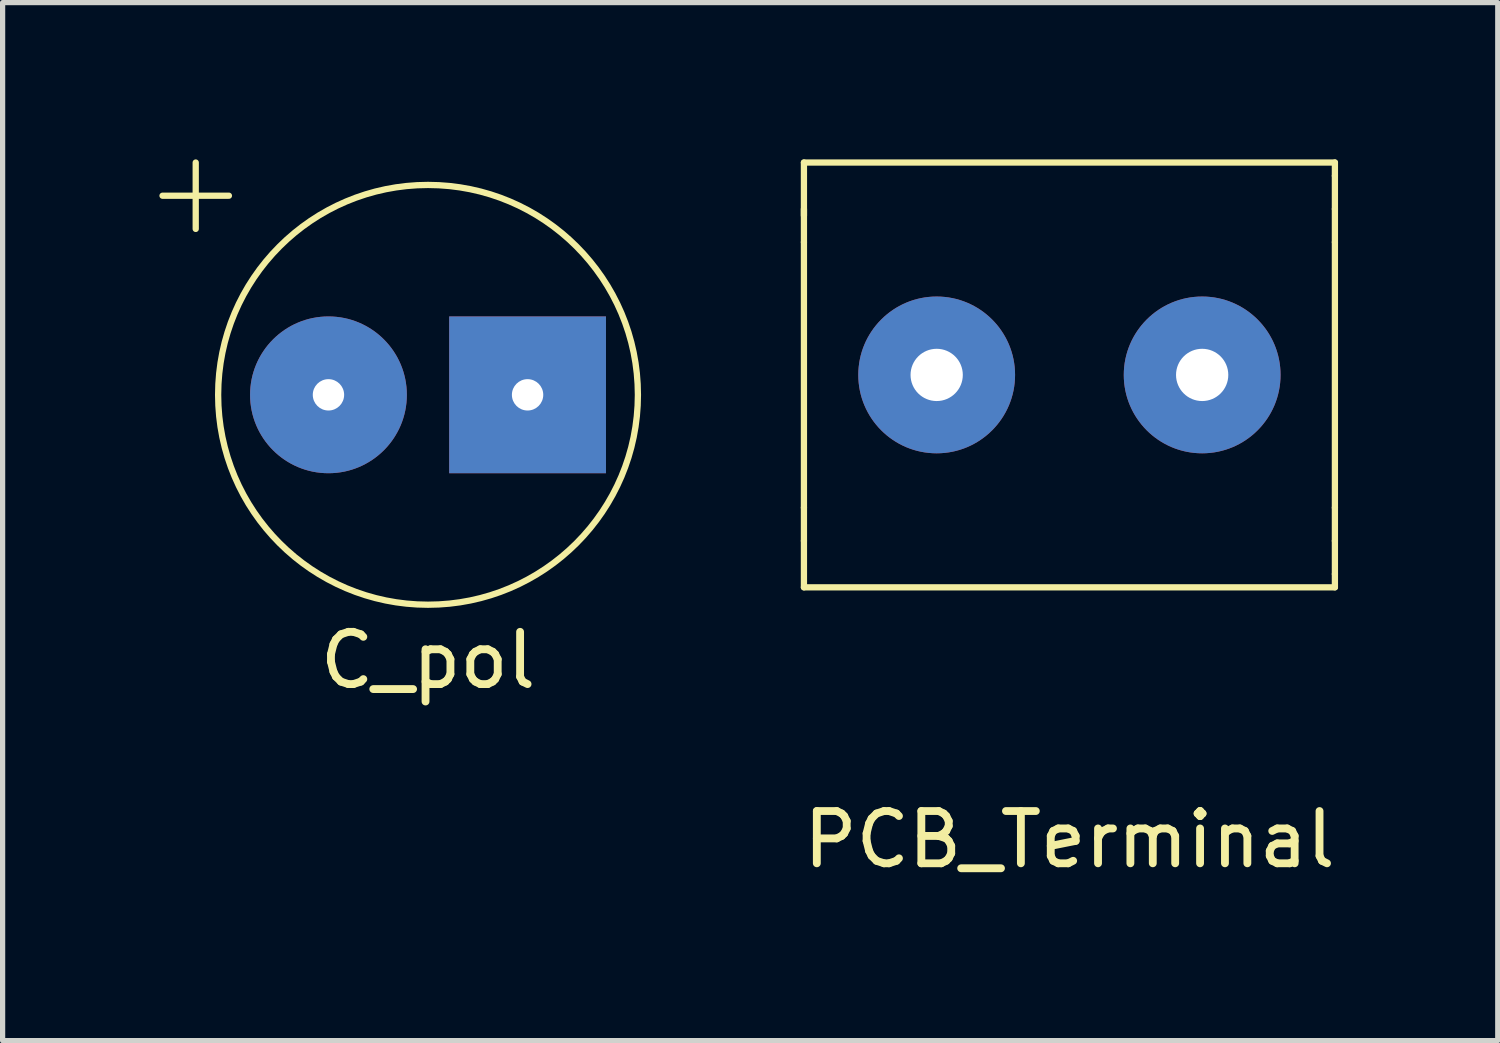
<source format=kicad_pcb>
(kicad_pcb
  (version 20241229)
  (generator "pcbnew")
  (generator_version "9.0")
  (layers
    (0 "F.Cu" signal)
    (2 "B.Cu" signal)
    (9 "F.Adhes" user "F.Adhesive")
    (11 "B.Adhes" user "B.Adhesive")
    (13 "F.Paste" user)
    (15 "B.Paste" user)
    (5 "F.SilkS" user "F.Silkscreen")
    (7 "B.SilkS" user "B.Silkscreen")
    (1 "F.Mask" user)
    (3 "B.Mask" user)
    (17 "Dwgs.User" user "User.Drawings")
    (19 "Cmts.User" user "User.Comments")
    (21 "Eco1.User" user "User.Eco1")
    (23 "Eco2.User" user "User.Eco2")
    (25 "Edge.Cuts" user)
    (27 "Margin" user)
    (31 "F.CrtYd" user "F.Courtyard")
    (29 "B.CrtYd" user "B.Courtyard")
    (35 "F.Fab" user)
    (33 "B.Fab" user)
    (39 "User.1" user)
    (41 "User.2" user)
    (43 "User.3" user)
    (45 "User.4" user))
  (footprint "C_pol"
    (layer "F.Cu")
    (at 5.14 4.505)
    (property "Reference" "C_pol" (at 0 5.08 0) (layer "F.SilkS") (effects (font (size 1 1) (thickness 0.15))))
    (attr through_hole)
    (fp_line (start -5.08 -3.81) (end -3.81 -3.81) (stroke (width 0.12) (type solid)) (layer "F.SilkS"))
    (fp_line (start -4.445 -3.175) (end -4.445 -4.445) (stroke (width 0.12) (type solid)) (layer "F.SilkS"))
    (fp_circle (center 0 0) (end -3.81 -1.27) (stroke (width 0.12) (type solid)) (fill no) (layer "F.SilkS"))
    (pad "1" thru_hole circle (at -1.905 0) (size 3 3) (drill 0.6) (layers "*.Cu" "*.Mask"))
    (pad "2" thru_hole rect (at 1.905 0) (size 3 3) (drill 0.6) (layers "*.Cu" "*.Mask")))
  (footprint "PCB_Terminal"
    (layer "F.Cu")
    (at 17.413 4.124)
    (property "Reference" "PCB_Terminal" (at 0 8.89 0) (layer "F.SilkS") (effects (font (size 1 1) (thickness 0.15))))
    (attr through_hole)
    (fp_line (start -5.08 -4.064) (end 5.08 -4.064) (stroke (width 0.12) (type solid)) (layer "F.SilkS"))
    (fp_line (start -5.08 -3.048) (end -5.08 -4.064) (stroke (width 0.12) (type solid)) (layer "F.SilkS"))
    (fp_line (start -5.08 -2.54) (end -5.08 -3.175) (stroke (width 0.12) (type solid)) (layer "F.SilkS"))
    (fp_line (start -5.08 2.54) (end -5.08 -2.54) (stroke (width 0.12) (type solid)) (layer "F.SilkS"))
    (fp_line (start -5.08 2.54) (end -5.08 3.175) (stroke (width 0.12) (type solid)) (layer "F.SilkS"))
    (fp_line (start -5.08 3.175) (end -5.08 4.064) (stroke (width 0.12) (type solid)) (layer "F.SilkS"))
    (fp_line (start -5.08 4.064) (end 5.08 4.064) (stroke (width 0.12) (type solid)) (layer "F.SilkS"))
    (fp_line (start 5.08 -3.81) (end 5.08 -4.064) (stroke (width 0.12) (type solid)) (layer "F.SilkS"))
    (fp_line (start 5.08 -3.175) (end 5.08 -3.81) (stroke (width 0.12) (type solid)) (layer "F.SilkS"))
    (fp_line (start 5.08 -3.175) (end 5.08 -2.54) (stroke (width 0.12) (type solid)) (layer "F.SilkS"))
    (fp_line (start 5.08 -2.54) (end 5.08 2.54) (stroke (width 0.12) (type solid)) (layer "F.SilkS"))
    (fp_line (start 5.08 3.175) (end 5.08 2.54) (stroke (width 0.12) (type solid)) (layer "F.SilkS"))
    (fp_line (start 5.08 3.175) (end 5.08 3.81) (stroke (width 0.12) (type solid)) (layer "F.SilkS"))
    (fp_line (start 5.08 3.81) (end 5.08 4.064) (stroke (width 0.12) (type solid)) (layer "F.SilkS"))
    (pad "1" thru_hole circle (at -2.54 0) (size 3 3) (drill 1) (layers "*.Cu" "*.Mask"))
    (pad "2" thru_hole circle (at 2.54 0) (size 3 3) (drill 1) (layers "*.Cu" "*.Mask")))
  (gr_rect
    (start -3 -3)
    (end 25.609 16.862)
    (stroke (width 0.1) (type default))
    (fill no)
    (layer "Edge.Cuts")))
</source>
